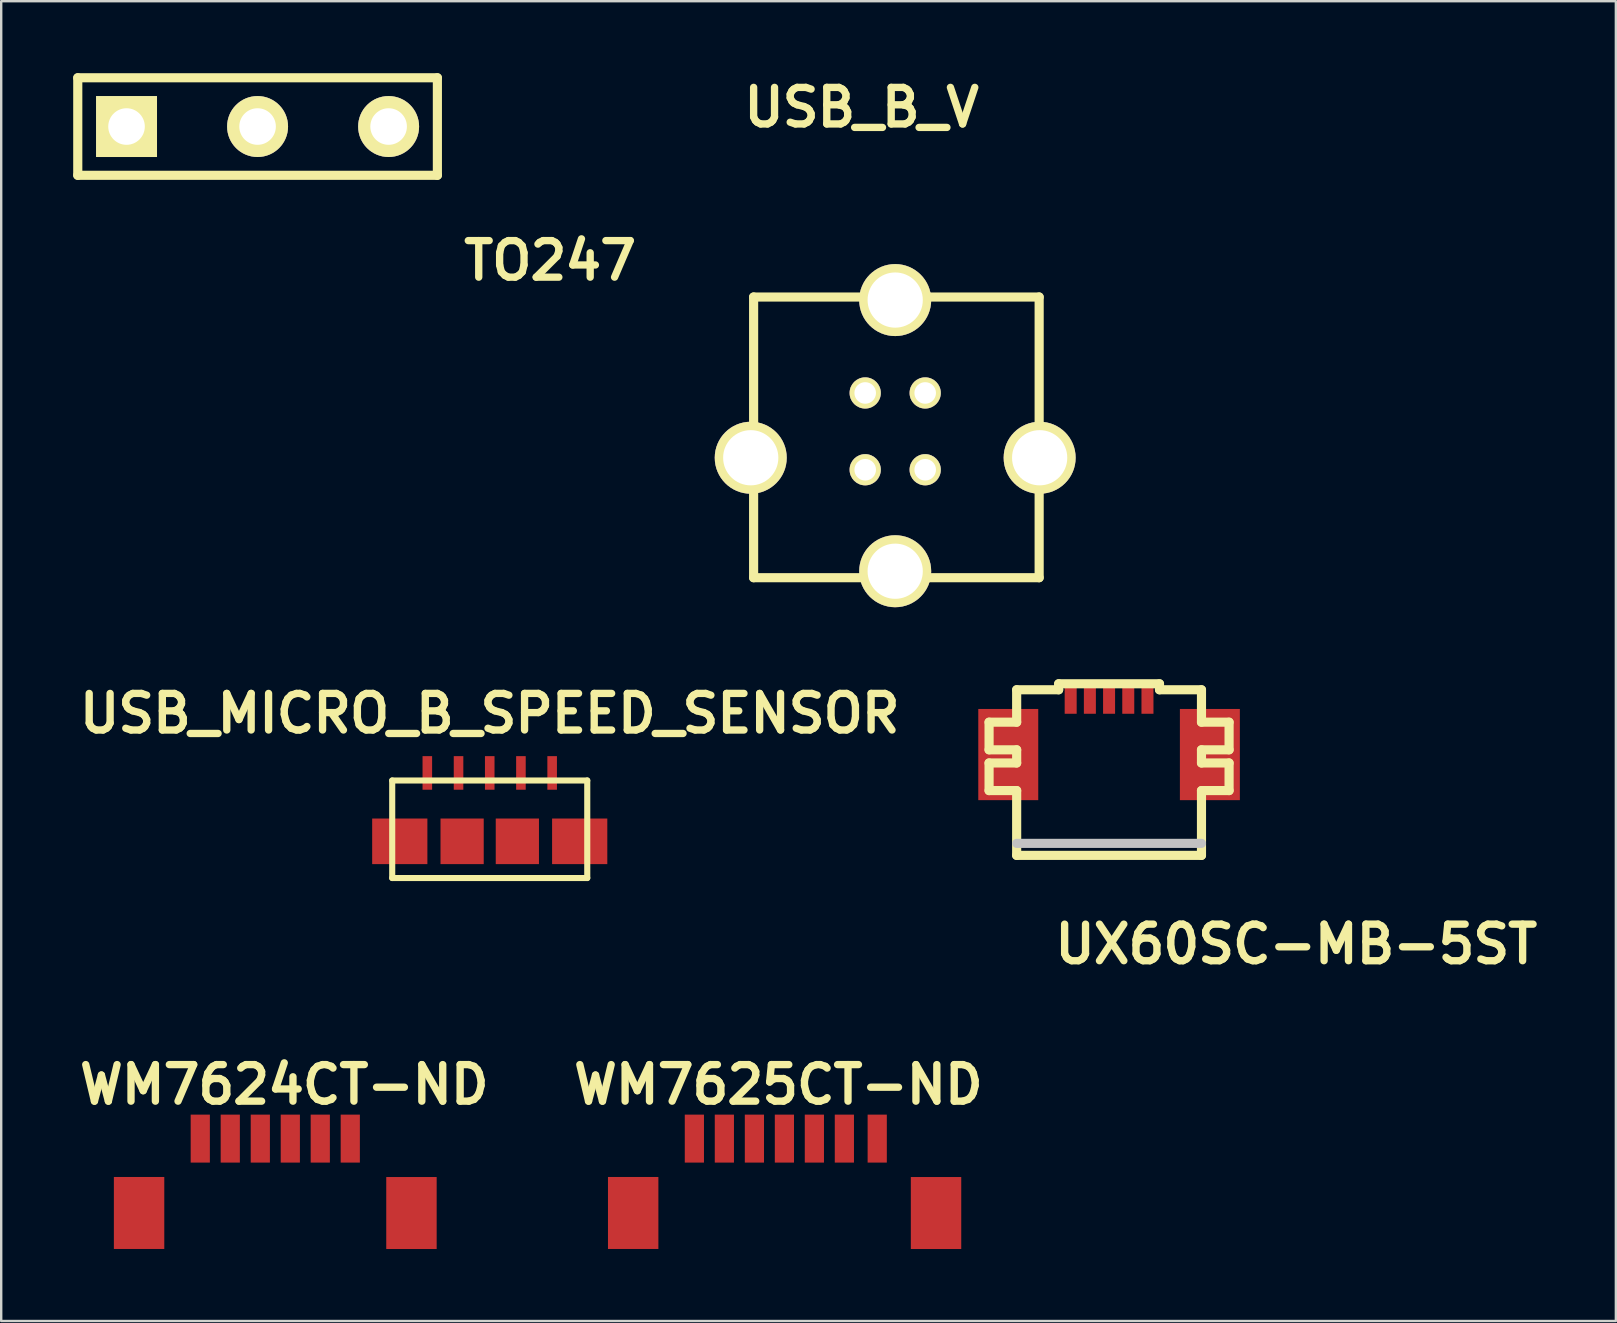
<source format=kicad_pcb>
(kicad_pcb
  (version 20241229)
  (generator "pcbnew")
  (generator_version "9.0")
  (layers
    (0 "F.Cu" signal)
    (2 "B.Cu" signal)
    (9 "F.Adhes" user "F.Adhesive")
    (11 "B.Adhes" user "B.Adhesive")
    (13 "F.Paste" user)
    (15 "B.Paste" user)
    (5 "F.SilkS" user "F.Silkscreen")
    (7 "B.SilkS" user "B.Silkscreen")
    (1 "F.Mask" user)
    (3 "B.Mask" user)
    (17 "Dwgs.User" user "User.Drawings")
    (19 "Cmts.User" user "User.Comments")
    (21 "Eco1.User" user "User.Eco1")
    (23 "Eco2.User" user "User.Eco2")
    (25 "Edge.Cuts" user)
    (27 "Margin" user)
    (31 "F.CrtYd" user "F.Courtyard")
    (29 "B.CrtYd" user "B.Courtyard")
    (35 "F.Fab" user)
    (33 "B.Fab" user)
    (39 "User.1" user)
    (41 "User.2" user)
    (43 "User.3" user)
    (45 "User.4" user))
  (footprint "UX60SC-MB-5ST"
    (layer "F.Cu")
    (at 43.169 32.096)
    (property "Reference" "UX60SC-MB-5ST" (at 7.8 4.201 0) (layer "F.SilkS") (effects (font (size 1.524 1.524) (thickness 0.305))))
    (attr through_hole)
    (fp_line (start -5.001 -5.05) (end -5.001 -3.899) (stroke (width 0.381) (type solid)) (layer "F.SilkS"))
    (fp_line (start -5.001 -3.899) (end -3.851 -3.899) (stroke (width 0.381) (type solid)) (layer "F.SilkS"))
    (fp_line (start -5.001 -3.35) (end -5.001 -2.2) (stroke (width 0.381) (type solid)) (layer "F.SilkS"))
    (fp_line (start -5.001 -2.2) (end -3.851 -2.2) (stroke (width 0.381) (type solid)) (layer "F.SilkS"))
    (fp_line (start -3.851 -6.401) (end -3.851 -5.05) (stroke (width 0.381) (type solid)) (layer "F.SilkS"))
    (fp_line (start -3.851 -5.05) (end -5.001 -5.05) (stroke (width 0.381) (type solid)) (layer "F.SilkS"))
    (fp_line (start -3.851 -3.899) (end -3.851 -3.35) (stroke (width 0.381) (type solid)) (layer "F.SilkS"))
    (fp_line (start -3.851 -3.35) (end -5.001 -3.35) (stroke (width 0.381) (type solid)) (layer "F.SilkS"))
    (fp_line (start -3.851 -2.2) (end -3.851 0.5) (stroke (width 0.381) (type solid)) (layer "F.SilkS"))
    (fp_line (start -3.851 0.5) (end 3.851 0.5) (stroke (width 0.381) (type solid)) (layer "F.SilkS"))
    (fp_line (start -2.101 -6.65) (end -2.101 -6.401) (stroke (width 0.381) (type solid)) (layer "F.SilkS"))
    (fp_line (start -2.101 -6.401) (end -3.851 -6.401) (stroke (width 0.381) (type solid)) (layer "F.SilkS"))
    (fp_line (start 2.101 -6.65) (end -2.101 -6.65) (stroke (width 0.381) (type solid)) (layer "F.SilkS"))
    (fp_line (start 2.101 -6.401) (end 2.101 -6.65) (stroke (width 0.381) (type solid)) (layer "F.SilkS"))
    (fp_line (start 3.851 -6.401) (end 2.101 -6.401) (stroke (width 0.381) (type solid)) (layer "F.SilkS"))
    (fp_line (start 3.851 -5.05) (end 3.851 -6.401) (stroke (width 0.381) (type solid)) (layer "F.SilkS"))
    (fp_line (start 3.851 -3.899) (end 5.001 -3.899) (stroke (width 0.381) (type solid)) (layer "F.SilkS"))
    (fp_line (start 3.851 -3.35) (end 3.851 -3.899) (stroke (width 0.381) (type solid)) (layer "F.SilkS"))
    (fp_line (start 3.851 -2.2) (end 5.001 -2.2) (stroke (width 0.381) (type solid)) (layer "F.SilkS"))
    (fp_line (start 3.851 0.5) (end 3.851 -2.2) (stroke (width 0.381) (type solid)) (layer "F.SilkS"))
    (fp_line (start 5.001 -5.05) (end 3.851 -5.05) (stroke (width 0.381) (type solid)) (layer "F.SilkS"))
    (fp_line (start 5.001 -3.899) (end 5.001 -5.05) (stroke (width 0.381) (type solid)) (layer "F.SilkS"))
    (fp_line (start 5.001 -3.35) (end 3.851 -3.35) (stroke (width 0.381) (type solid)) (layer "F.SilkS"))
    (fp_line (start 5.001 -2.2) (end 5.001 -3.35) (stroke (width 0.381) (type solid)) (layer "F.SilkS"))
    (fp_line (start -3.851 0) (end 3.851 0) (stroke (width 0.381) (type solid)) (layer "Dwgs.User"))
    (pad "" connect rect (at -4.201 -3.701) (size 2.499 3.8) (layers "F.Cu" "F.Mask"))
    (pad "" connect rect (at 4.201 -3.701) (size 2.499 3.8) (layers "F.Cu" "F.Mask"))
    (pad "1" smd rect (at -1.6 -6.101) (size 0.5 1.4) (layers "F.Cu" "F.Mask" "F.Paste"))
    (pad "2" smd rect (at -0.8 -6.101) (size 0.5 1.4) (layers "F.Cu" "F.Mask" "F.Paste"))
    (pad "3" smd rect (at 0 -6.101) (size 0.5 1.4) (layers "F.Cu" "F.Mask" "F.Paste"))
    (pad "4" smd rect (at 0.8 -6.101) (size 0.5 1.4) (layers "F.Cu" "F.Mask" "F.Paste"))
    (pad "5" smd rect (at 1.6 -6.101) (size 0.5 1.4) (layers "F.Cu" "F.Mask" "F.Paste")))
  (footprint "USB_B_V"
    (layer "F.Cu")
    (at 34.256 13.326)
    (property "Reference" "USB_B_V" (at -1.4 -11.9 0) (layer "F.SilkS") (effects (font (size 1.524 1.524) (thickness 0.305))))
    (attr through_hole)
    (fp_line (start -5.9 -3.998) (end 5.999 -3.998) (stroke (width 0.381) (type solid)) (layer "F.SilkS"))
    (fp_line (start -5.9 7.699) (end -5.9 -4) (stroke (width 0.381) (type solid)) (layer "F.SilkS"))
    (fp_line (start 5.999 -4) (end 5.999 7.699) (stroke (width 0.381) (type solid)) (layer "F.SilkS"))
    (fp_line (start 5.999 7.699) (end -5.9 7.699) (stroke (width 0.381) (type solid)) (layer "F.SilkS"))
    (pad "1" thru_hole circle (at 1.25 0) (size 1.3 1.3) (drill 0.899) (layers "*.Cu" "*.Mask" "F.SilkS"))
    (pad "2" thru_hole circle (at -1.25 0) (size 1.3 1.3) (drill 0.899) (layers "*.Cu" "*.Mask" "F.SilkS"))
    (pad "3" thru_hole circle (at -1.25 3.2) (size 1.3 1.3) (drill 0.899) (layers "*.Cu" "*.Mask" "F.SilkS"))
    (pad "4" thru_hole circle (at -6.02 2.7) (size 3 3) (drill 2.301) (layers "*.Cu" "*.Mask" "F.SilkS"))
    (pad "4" thru_hole circle (at 0 -3.871) (size 3 3) (drill 2.301) (layers "*.Cu" "*.Mask" "F.SilkS"))
    (pad "4" thru_hole circle (at 0 7.429) (size 3 3) (drill 2.301) (layers "*.Cu" "*.Mask" "F.SilkS"))
    (pad "4" thru_hole circle (at 1.25 3.2) (size 1.3 1.3) (drill 0.899) (layers "*.Cu" "*.Mask" "F.SilkS"))
    (pad "4" thru_hole circle (at 6.02 2.7) (size 3 3) (drill 2.301) (layers "*.Cu" "*.Mask" "F.SilkS")))
  (footprint "WM7624CT-ND"
    (layer "F.Cu")
    (at 5.296 44.4)
    (property "Reference" "WM7624CT-ND" (at 3.5 -2.25 0) (layer "F.SilkS") (effects (font (size 1.524 1.524) (thickness 0.305))))
    (attr through_hole)
    (pad "" smd rect (at -2.55 3.099) (size 2.101 3) (layers "F.Cu" "F.Mask" "F.Paste"))
    (pad "" smd rect (at 8.801 3.101) (size 2.101 3) (layers "F.Cu" "F.Mask" "F.Paste"))
    (pad "1" smd rect (at 0 0) (size 0.8 1.999) (layers "F.Cu" "F.Mask" "F.Paste"))
    (pad "2" smd rect (at 1.25 0) (size 0.8 1.999) (layers "F.Cu" "F.Mask" "F.Paste"))
    (pad "3" smd rect (at 2.502 0) (size 0.8 1.999) (layers "F.Cu" "F.Mask" "F.Paste"))
    (pad "4" smd rect (at 3.752 0) (size 0.8 1.999) (layers "F.Cu" "F.Mask" "F.Paste"))
    (pad "5" smd rect (at 5.001 0) (size 0.8 1.999) (layers "F.Cu" "F.Mask" "F.Paste"))
    (pad "6" smd rect (at 6.251 0) (size 0.8 1.999) (layers "F.Cu" "F.Mask" "F.Paste")))
  (footprint "USB_MICRO_B_SPEED_SENSOR"
    (layer "F.Cu")
    (at 17.359 28.46)
    (property "Reference" "USB_MICRO_B_SPEED_SENSOR" (at 0 -1.778 0) (layer "F.SilkS") (effects (font (size 1.524 1.524) (thickness 0.305))))
    (attr through_hole)
    (fp_line (start -4.064 1.016) (end 4.064 1.016) (stroke (width 0.254) (type solid)) (layer "F.SilkS"))
    (fp_line (start -4.064 5.08) (end -4.064 1.016) (stroke (width 0.254) (type solid)) (layer "F.SilkS"))
    (fp_line (start 4.064 1.016) (end 4.064 5.08) (stroke (width 0.254) (type solid)) (layer "F.SilkS"))
    (fp_line (start 4.064 5.08) (end -4.064 5.08) (stroke (width 0.254) (type solid)) (layer "F.SilkS"))
    (pad "1" smd rect (at -2.601 0.701) (size 0.399 1.4) (layers "F.Cu" "F.Mask" "F.Paste"))
    (pad "2" smd rect (at -1.3 0.701) (size 0.399 1.4) (layers "F.Cu" "F.Mask" "F.Paste"))
    (pad "3" smd rect (at 0 0.701) (size 0.399 1.4) (layers "F.Cu" "F.Mask" "F.Paste"))
    (pad "4" smd rect (at 1.3 0.701) (size 0.399 1.4) (layers "F.Cu" "F.Mask" "F.Paste"))
    (pad "5" smd rect (at 2.601 0.701) (size 0.399 1.4) (layers "F.Cu" "F.Mask" "F.Paste"))
    (pad "6" smd rect (at -3.749 3.551) (size 2.301 1.9) (layers "F.Cu" "F.Mask" "F.Paste"))
    (pad "6" smd rect (at -1.151 3.551) (size 1.801 1.9) (layers "F.Cu" "F.Mask" "F.Paste"))
    (pad "6" smd rect (at 1.151 3.551) (size 1.801 1.9) (layers "F.Cu" "F.Mask" "F.Paste"))
    (pad "6" smd rect (at 3.749 3.551) (size 2.301 1.9) (layers "F.Cu" "F.Mask" "F.Paste")))
  (footprint "WM7625CT-ND"
    (layer "F.Cu")
    (at 25.887 44.4)
    (property "Reference" "WM7625CT-ND" (at 3.5 -2.25 0) (layer "F.SilkS") (effects (font (size 1.524 1.524) (thickness 0.305))))
    (attr through_hole)
    (pad "" smd rect (at -2.55 3.099) (size 2.101 3) (layers "F.Cu" "F.Mask" "F.Paste"))
    (pad "" smd rect (at 10.071 3.101) (size 2.101 3) (layers "F.Cu" "F.Mask" "F.Paste"))
    (pad "1" smd rect (at 0 0) (size 0.8 1.999) (layers "F.Cu" "F.Mask" "F.Paste"))
    (pad "2" smd rect (at 1.25 0) (size 0.8 1.999) (layers "F.Cu" "F.Mask" "F.Paste"))
    (pad "3" smd rect (at 2.502 0) (size 0.8 1.999) (layers "F.Cu" "F.Mask" "F.Paste"))
    (pad "4" smd rect (at 3.752 0) (size 0.8 1.999) (layers "F.Cu" "F.Mask" "F.Paste"))
    (pad "5" smd rect (at 5.001 0) (size 0.8 1.999) (layers "F.Cu" "F.Mask" "F.Paste"))
    (pad "6" smd rect (at 6.251 0) (size 0.8 1.999) (layers "F.Cu" "F.Mask" "F.Paste"))
    (pad "7" smd rect (at 7.62 0) (size 0.8 1.999) (layers "F.Cu" "F.Mask" "F.Paste")))
  (footprint "TO247"
    (layer "F.Cu")
    (at 7.684 2.223)
    (property "Reference" "TO247" (at 12.192 5.588 0) (layer "F.SilkS") (effects (font (size 1.524 1.524) (thickness 0.305))))
    (attr through_hole)
    (fp_line (start -7.493 -2.032) (end 7.493 -2.032) (stroke (width 0.381) (type solid)) (layer "F.SilkS"))
    (fp_line (start -7.493 2.032) (end -7.493 -2.032) (stroke (width 0.381) (type solid)) (layer "F.SilkS"))
    (fp_line (start 7.493 -2.032) (end 7.493 2.032) (stroke (width 0.381) (type solid)) (layer "F.SilkS"))
    (fp_line (start 7.493 2.032) (end -7.493 2.032) (stroke (width 0.381) (type solid)) (layer "F.SilkS"))
    (pad "1" thru_hole rect (at -5.461 0) (size 2.54 2.54) (drill 1.524) (layers "*.Cu" "*.Mask" "F.SilkS"))
    (pad "2" thru_hole circle (at 0 0) (size 2.54 2.54) (drill 1.524) (layers "*.Cu" "*.Mask" "F.SilkS"))
    (pad "3" thru_hole circle (at 5.461 0) (size 2.54 2.54) (drill 1.524) (layers "*.Cu" "*.Mask" "F.SilkS")))
  (gr_rect
    (start -3 -3)
    (end 64.289 52.002)
    (stroke (width 0.1) (type default))
    (fill no)
    (layer "Edge.Cuts")))
</source>
